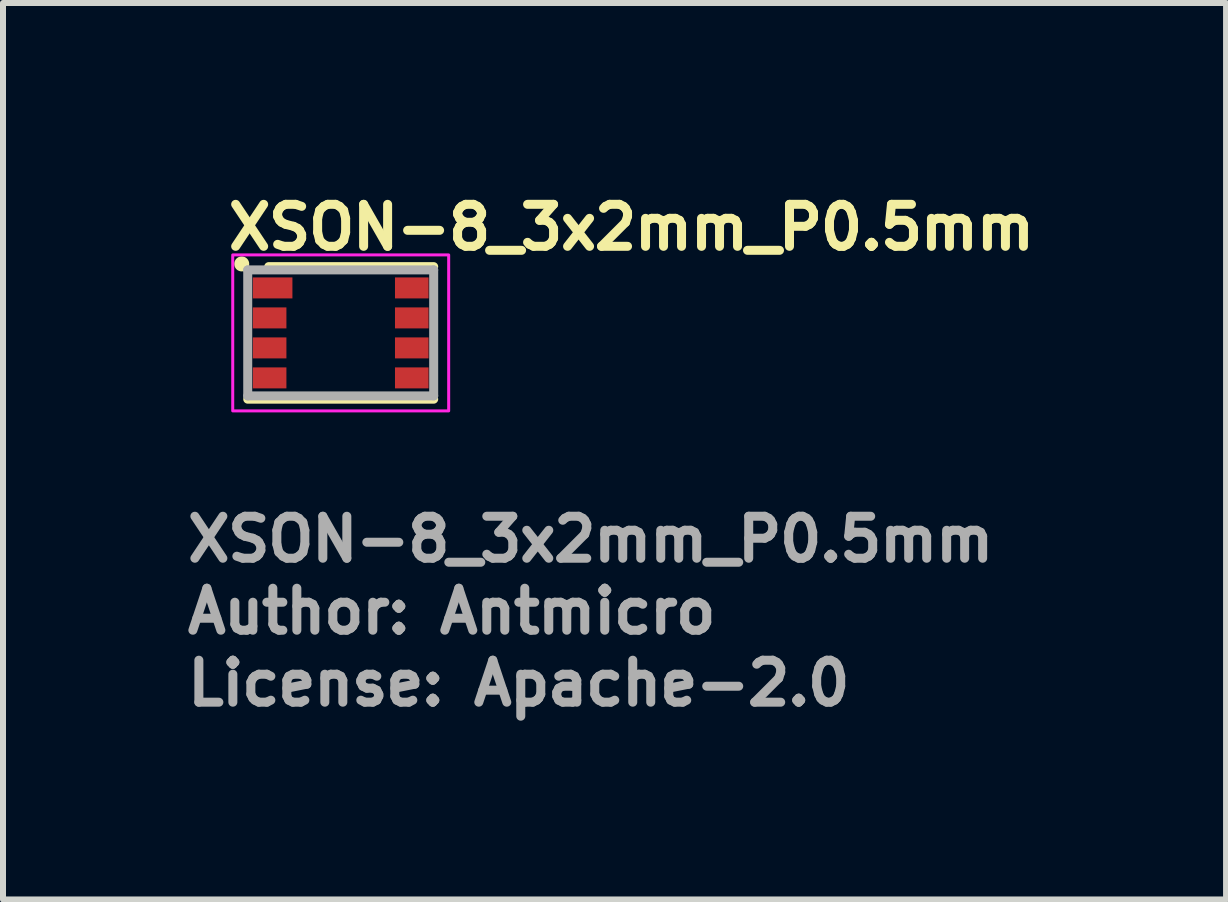
<source format=kicad_pcb>
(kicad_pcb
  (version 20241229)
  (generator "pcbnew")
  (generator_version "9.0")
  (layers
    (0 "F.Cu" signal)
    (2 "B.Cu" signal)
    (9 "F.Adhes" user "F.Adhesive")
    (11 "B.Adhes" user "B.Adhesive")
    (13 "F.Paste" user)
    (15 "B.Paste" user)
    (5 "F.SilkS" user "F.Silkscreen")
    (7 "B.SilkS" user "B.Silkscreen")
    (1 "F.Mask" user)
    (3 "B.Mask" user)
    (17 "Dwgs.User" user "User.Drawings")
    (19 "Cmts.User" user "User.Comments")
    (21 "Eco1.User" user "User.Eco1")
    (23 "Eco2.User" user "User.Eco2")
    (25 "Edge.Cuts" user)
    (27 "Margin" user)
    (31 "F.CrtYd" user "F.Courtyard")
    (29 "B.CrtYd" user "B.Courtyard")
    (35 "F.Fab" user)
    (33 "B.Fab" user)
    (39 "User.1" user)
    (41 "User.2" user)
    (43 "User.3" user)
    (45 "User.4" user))
  (footprint "XSON-8_3x2mm_P0.5mm"
    (layer "F.Cu")
    (at 2.63 2.5)
    (property "Reference" "XSON-8_3x2mm_P0.5mm" (at -1.95 -1.35 0) (layer "F.SilkS") (effects (font (size 0.7 0.7) (thickness 0.15)) (justify left bottom)))
    (attr smd)
    (fp_line (start -1.55 1.105) (end 1.55 1.105) (stroke (width 0.15) (type solid)) (layer "F.SilkS"))
    (fp_line (start -1.2 -1.105) (end 1.55 -1.105) (stroke (width 0.15) (type solid)) (layer "F.SilkS"))
    (fp_circle (center -1.65 -1.15) (end -1.6 -1.15) (stroke (width 0.15) (type solid)) (fill yes) (layer "F.SilkS"))
    (fp_rect (start -1.8 -1.3) (end 1.8 1.3) (stroke (width 0.05) (type solid)) (fill no) (layer "F.CrtYd"))
    (fp_line (start -1.55 -1.05) (end 1.55 -1.05) (stroke (width 0.15) (type solid)) (layer "F.Fab"))
    (fp_line (start -1.55 1.05) (end -1.55 -1.05) (stroke (width 0.15) (type solid)) (layer "F.Fab"))
    (fp_line (start 1.55 -1.05) (end 1.55 1.05) (stroke (width 0.15) (type solid)) (layer "F.Fab"))
    (fp_line (start 1.55 1.05) (end -1.55 1.05) (stroke (width 0.15) (type solid)) (layer "F.Fab"))
    (fp_rect (start -1.5 -1) (end 1.5 1) (stroke (width 0.1) (type solid)) (fill no) (layer "User.5"))
    (fp_line (start -1.5 -1) (end 1.5 -1) (stroke (width 0.02) (type solid)) (layer "User.9"))
    (fp_line (start -1.5 1) (end -1.5 -1) (stroke (width 0.02) (type solid)) (layer "User.9"))
    (fp_line (start 1.5 -1) (end 1.5 1) (stroke (width 0.02) (type solid)) (layer "User.9"))
    (fp_line (start 1.5 1) (end -1.5 1) (stroke (width 0.02) (type solid)) (layer "User.9"))
    (fp_circle (center -1 -0.5) (end -0.8 -0.55) (stroke (width 0.02) (type default)) (fill no) (layer "User.9"))
    (fp_text user "${REFERENCE}" (at -2.63 3.85 0) (layer "F.Fab") (effects (font (size 0.7 0.7) (thickness 0.15)) (justify left bottom)))
    (fp_text user "License: Apache-2.0" (at -2.63 6.25 0) (layer "F.Fab") (effects (font (size 0.7 0.7) (thickness 0.15)) (justify left bottom)))
    (fp_text user "Author: Antmicro" (at -2.63 5.05 0) (layer "F.Fab") (effects (font (size 0.7 0.7) (thickness 0.15)) (justify left bottom)))
    (pad "1" smd rect (at -1.135 -0.75) (size 0.66 0.35) (layers "F.Cu" "F.Mask" "F.Paste"))
    (pad "2" smd rect (at -1.185 -0.25) (size 0.56 0.35) (layers "F.Cu" "F.Mask" "F.Paste"))
    (pad "3" smd rect (at -1.185 0.25) (size 0.56 0.35) (layers "F.Cu" "F.Mask" "F.Paste"))
    (pad "4" smd rect (at -1.185 0.75) (size 0.56 0.35) (layers "F.Cu" "F.Mask" "F.Paste"))
    (pad "5" smd rect (at 1.185 0.75) (size 0.56 0.35) (layers "F.Cu" "F.Mask" "F.Paste"))
    (pad "6" smd rect (at 1.185 0.25) (size 0.56 0.35) (layers "F.Cu" "F.Mask" "F.Paste"))
    (pad "7" smd rect (at 1.185 -0.25) (size 0.56 0.35) (layers "F.Cu" "F.Mask" "F.Paste"))
    (pad "8" smd rect (at 1.185 -0.75) (size 0.56 0.35) (layers "F.Cu" "F.Mask" "F.Paste")))
  (gr_rect
    (start -3 -3)
    (end 17.39 11.945)
    (stroke (width 0.1) (type default))
    (fill no)
    (layer "Edge.Cuts")))
</source>
